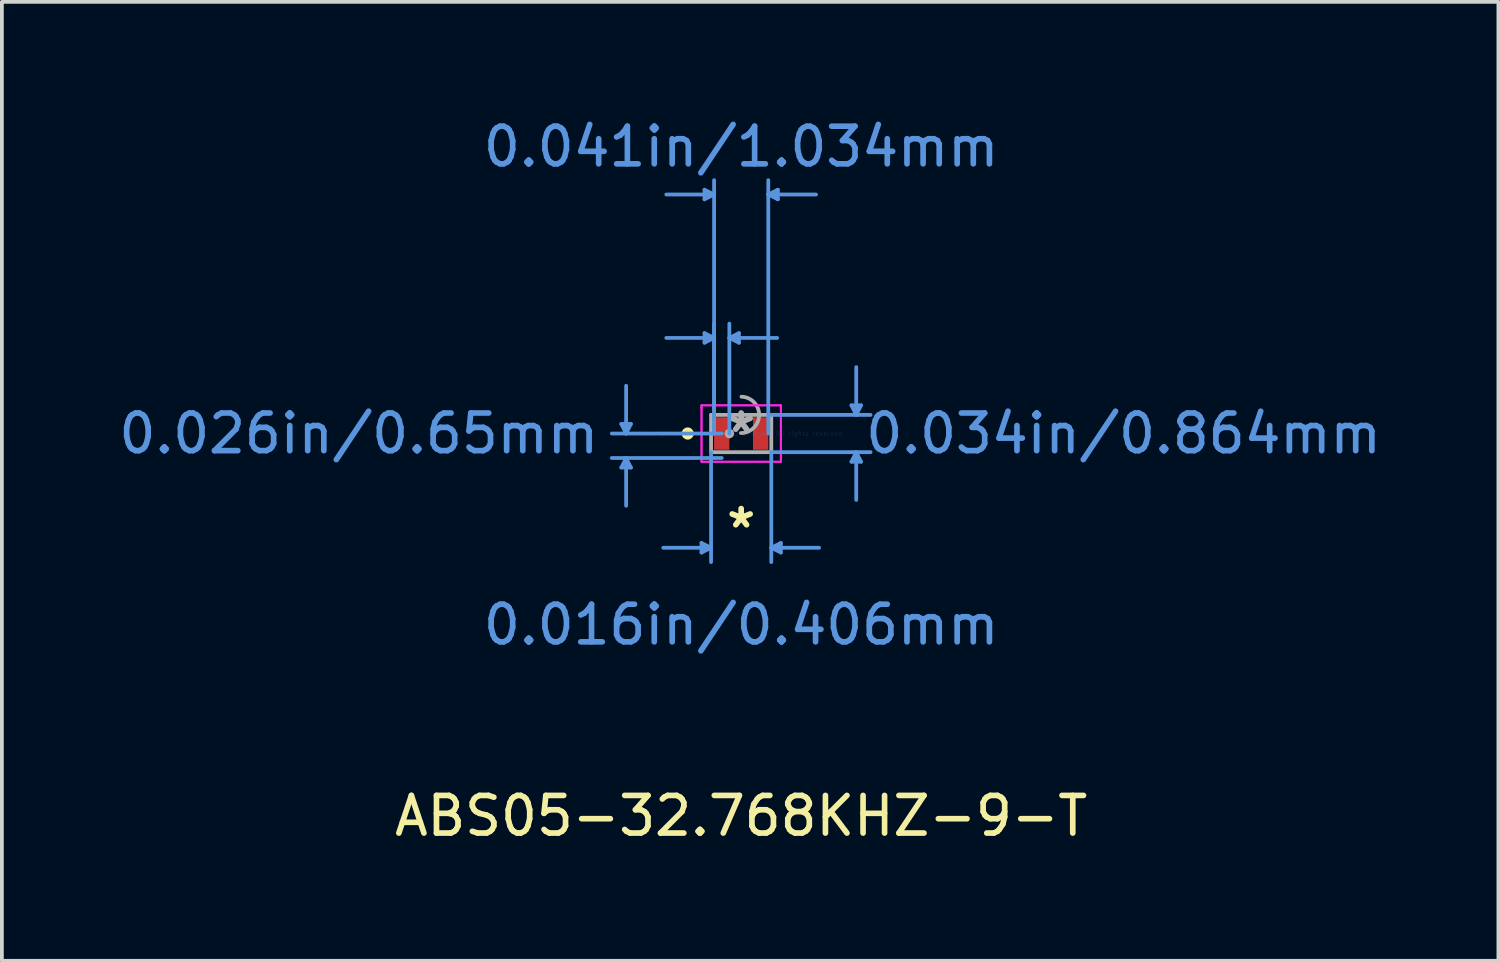
<source format=kicad_pcb>
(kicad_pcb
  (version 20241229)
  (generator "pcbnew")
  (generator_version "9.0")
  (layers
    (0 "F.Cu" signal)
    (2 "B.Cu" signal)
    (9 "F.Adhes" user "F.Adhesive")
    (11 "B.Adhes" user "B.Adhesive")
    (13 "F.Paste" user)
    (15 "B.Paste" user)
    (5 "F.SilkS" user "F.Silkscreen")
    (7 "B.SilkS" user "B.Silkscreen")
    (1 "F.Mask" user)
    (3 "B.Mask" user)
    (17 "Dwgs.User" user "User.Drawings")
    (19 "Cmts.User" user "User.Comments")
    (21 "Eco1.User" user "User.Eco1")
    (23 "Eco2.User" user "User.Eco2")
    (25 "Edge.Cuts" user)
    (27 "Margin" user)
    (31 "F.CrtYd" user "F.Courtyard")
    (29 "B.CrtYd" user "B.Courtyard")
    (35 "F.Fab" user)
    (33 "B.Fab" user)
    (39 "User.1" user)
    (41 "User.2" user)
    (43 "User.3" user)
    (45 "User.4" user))
  (footprint "ABS05-32.768KHZ-9-T"
    (layer "F.Cu")
    (at 16.642 8.468)
    (property "Reference" "ABS05-32.768KHZ-9-T" (at 0 10.16 0) (layer "F.SilkS") (effects (font (size 1 1) (thickness 0.15))))
    (attr through_hole)
    (fp_circle (center -1.421 0) (end -1.319 0) (stroke (width 0.12) (type solid)) (fill no) (layer "F.SilkS"))
    (fp_line (start -3.184 -0.254) (end -2.93 -0.254) (stroke (width 0.1) (type solid)) (layer "Cmts.User"))
    (fp_line (start -3.184 0.904) (end -2.93 0.904) (stroke (width 0.1) (type solid)) (layer "Cmts.User"))
    (fp_line (start -3.057 0) (end -3.184 -0.254) (stroke (width 0.1) (type solid)) (layer "Cmts.User"))
    (fp_line (start -3.057 0) (end -3.057 -1.27) (stroke (width 0.1) (type solid)) (layer "Cmts.User"))
    (fp_line (start -3.057 0) (end -2.93 -0.254) (stroke (width 0.1) (type solid)) (layer "Cmts.User"))
    (fp_line (start -3.057 0.65) (end -3.184 0.904) (stroke (width 0.1) (type solid)) (layer "Cmts.User"))
    (fp_line (start -3.057 0.65) (end -3.057 1.92) (stroke (width 0.1) (type solid)) (layer "Cmts.User"))
    (fp_line (start -3.057 0.65) (end -2.93 0.904) (stroke (width 0.1) (type solid)) (layer "Cmts.User"))
    (fp_line (start -1.054 2.908) (end -1.054 3.162) (stroke (width 0.1) (type solid)) (layer "Cmts.User"))
    (fp_line (start -0.974 -6.477) (end -0.974 -6.223) (stroke (width 0.1) (type solid)) (layer "Cmts.User"))
    (fp_line (start -0.974 -2.667) (end -0.974 -2.413) (stroke (width 0.1) (type solid)) (layer "Cmts.User"))
    (fp_line (start -0.8 0.495) (end -0.8 3.416) (stroke (width 0.1) (type solid)) (layer "Cmts.User"))
    (fp_line (start -0.8 3.035) (end -2.07 3.035) (stroke (width 0.1) (type solid)) (layer "Cmts.User"))
    (fp_line (start -0.8 3.035) (end -1.054 2.908) (stroke (width 0.1) (type solid)) (layer "Cmts.User"))
    (fp_line (start -0.8 3.035) (end -1.054 3.162) (stroke (width 0.1) (type solid)) (layer "Cmts.User"))
    (fp_line (start -0.72 -6.35) (end -1.99 -6.35) (stroke (width 0.1) (type solid)) (layer "Cmts.User"))
    (fp_line (start -0.72 -6.35) (end -0.974 -6.477) (stroke (width 0.1) (type solid)) (layer "Cmts.User"))
    (fp_line (start -0.72 -6.35) (end -0.974 -6.223) (stroke (width 0.1) (type solid)) (layer "Cmts.User"))
    (fp_line (start -0.72 -2.54) (end -1.99 -2.54) (stroke (width 0.1) (type solid)) (layer "Cmts.User"))
    (fp_line (start -0.72 -2.54) (end -0.974 -2.667) (stroke (width 0.1) (type solid)) (layer "Cmts.User"))
    (fp_line (start -0.72 -2.54) (end -0.974 -2.413) (stroke (width 0.1) (type solid)) (layer "Cmts.User"))
    (fp_line (start -0.72 0) (end -0.72 -6.731) (stroke (width 0.1) (type solid)) (layer "Cmts.User"))
    (fp_line (start -0.72 0) (end -0.72 -2.921) (stroke (width 0.1) (type solid)) (layer "Cmts.User"))
    (fp_line (start -0.517 0) (end -3.438 0) (stroke (width 0.1) (type solid)) (layer "Cmts.User"))
    (fp_line (start -0.517 0.65) (end -3.438 0.65) (stroke (width 0.1) (type solid)) (layer "Cmts.User"))
    (fp_line (start -0.314 -2.54) (end -0.06 -2.667) (stroke (width 0.1) (type solid)) (layer "Cmts.User"))
    (fp_line (start -0.314 -2.54) (end -0.06 -2.413) (stroke (width 0.1) (type solid)) (layer "Cmts.User"))
    (fp_line (start -0.314 -2.54) (end 0.956 -2.54) (stroke (width 0.1) (type solid)) (layer "Cmts.User"))
    (fp_line (start -0.314 0) (end -0.314 -2.921) (stroke (width 0.1) (type solid)) (layer "Cmts.User"))
    (fp_line (start -0.06 -2.667) (end -0.06 -2.413) (stroke (width 0.1) (type solid)) (layer "Cmts.User"))
    (fp_line (start 0.72 -6.35) (end 0.974 -6.477) (stroke (width 0.1) (type solid)) (layer "Cmts.User"))
    (fp_line (start 0.72 -6.35) (end 0.974 -6.223) (stroke (width 0.1) (type solid)) (layer "Cmts.User"))
    (fp_line (start 0.72 -6.35) (end 1.99 -6.35) (stroke (width 0.1) (type solid)) (layer "Cmts.User"))
    (fp_line (start 0.72 0) (end 0.72 -6.731) (stroke (width 0.1) (type solid)) (layer "Cmts.User"))
    (fp_line (start 0.8 -0.495) (end 3.438 -0.495) (stroke (width 0.1) (type solid)) (layer "Cmts.User"))
    (fp_line (start 0.8 0.495) (end 0.8 3.416) (stroke (width 0.1) (type solid)) (layer "Cmts.User"))
    (fp_line (start 0.8 0.495) (end 3.438 0.495) (stroke (width 0.1) (type solid)) (layer "Cmts.User"))
    (fp_line (start 0.8 3.035) (end 1.054 2.908) (stroke (width 0.1) (type solid)) (layer "Cmts.User"))
    (fp_line (start 0.8 3.035) (end 1.054 3.162) (stroke (width 0.1) (type solid)) (layer "Cmts.User"))
    (fp_line (start 0.8 3.035) (end 2.07 3.035) (stroke (width 0.1) (type solid)) (layer "Cmts.User"))
    (fp_line (start 0.974 -6.477) (end 0.974 -6.223) (stroke (width 0.1) (type solid)) (layer "Cmts.User"))
    (fp_line (start 1.054 2.908) (end 1.054 3.162) (stroke (width 0.1) (type solid)) (layer "Cmts.User"))
    (fp_line (start 2.93 -0.749) (end 3.184 -0.749) (stroke (width 0.1) (type solid)) (layer "Cmts.User"))
    (fp_line (start 2.93 0.749) (end 3.184 0.749) (stroke (width 0.1) (type solid)) (layer "Cmts.User"))
    (fp_line (start 3.057 -0.495) (end 2.93 -0.749) (stroke (width 0.1) (type solid)) (layer "Cmts.User"))
    (fp_line (start 3.057 -0.495) (end 3.057 -1.765) (stroke (width 0.1) (type solid)) (layer "Cmts.User"))
    (fp_line (start 3.057 -0.495) (end 3.184 -0.749) (stroke (width 0.1) (type solid)) (layer "Cmts.User"))
    (fp_line (start 3.057 0.495) (end 2.93 0.749) (stroke (width 0.1) (type solid)) (layer "Cmts.User"))
    (fp_line (start 3.057 0.495) (end 3.057 1.765) (stroke (width 0.1) (type solid)) (layer "Cmts.User"))
    (fp_line (start 3.057 0.495) (end 3.184 0.749) (stroke (width 0.1) (type solid)) (layer "Cmts.User"))
    (fp_line (start -1.054 -0.749) (end 1.054 -0.749) (stroke (width 0.05) (type solid)) (layer "F.CrtYd"))
    (fp_line (start -1.054 -0.749) (end 1.054 -0.749) (stroke (width 0.05) (type solid)) (layer "F.CrtYd"))
    (fp_line (start -1.054 -0.686) (end -1.054 -0.749) (stroke (width 0.05) (type solid)) (layer "F.CrtYd"))
    (fp_line (start -1.054 -0.686) (end -1.054 -0.749) (stroke (width 0.05) (type solid)) (layer "F.CrtYd"))
    (fp_line (start -1.054 -0.686) (end -1.054 -0.686) (stroke (width 0.05) (type solid)) (layer "F.CrtYd"))
    (fp_line (start -1.054 -0.686) (end -1.054 -0.686) (stroke (width 0.05) (type solid)) (layer "F.CrtYd"))
    (fp_line (start -1.054 0.686) (end -1.054 -0.686) (stroke (width 0.05) (type solid)) (layer "F.CrtYd"))
    (fp_line (start -1.054 0.686) (end -1.054 -0.686) (stroke (width 0.05) (type solid)) (layer "F.CrtYd"))
    (fp_line (start -1.054 0.686) (end -1.054 0.686) (stroke (width 0.05) (type solid)) (layer "F.CrtYd"))
    (fp_line (start -1.054 0.686) (end -1.054 0.686) (stroke (width 0.05) (type solid)) (layer "F.CrtYd"))
    (fp_line (start -1.054 0.749) (end -1.054 0.686) (stroke (width 0.05) (type solid)) (layer "F.CrtYd"))
    (fp_line (start -1.054 0.749) (end -1.054 0.686) (stroke (width 0.05) (type solid)) (layer "F.CrtYd"))
    (fp_line (start 1.054 -0.749) (end 1.054 -0.686) (stroke (width 0.05) (type solid)) (layer "F.CrtYd"))
    (fp_line (start 1.054 -0.749) (end 1.054 -0.686) (stroke (width 0.05) (type solid)) (layer "F.CrtYd"))
    (fp_line (start 1.054 -0.686) (end 1.054 -0.686) (stroke (width 0.05) (type solid)) (layer "F.CrtYd"))
    (fp_line (start 1.054 -0.686) (end 1.054 -0.686) (stroke (width 0.05) (type solid)) (layer "F.CrtYd"))
    (fp_line (start 1.054 -0.686) (end 1.054 0.686) (stroke (width 0.05) (type solid)) (layer "F.CrtYd"))
    (fp_line (start 1.054 -0.686) (end 1.054 0.686) (stroke (width 0.05) (type solid)) (layer "F.CrtYd"))
    (fp_line (start 1.054 0.686) (end 1.054 0.686) (stroke (width 0.05) (type solid)) (layer "F.CrtYd"))
    (fp_line (start 1.054 0.686) (end 1.054 0.686) (stroke (width 0.05) (type solid)) (layer "F.CrtYd"))
    (fp_line (start 1.054 0.686) (end 1.054 0.749) (stroke (width 0.05) (type solid)) (layer "F.CrtYd"))
    (fp_line (start 1.054 0.686) (end 1.054 0.749) (stroke (width 0.05) (type solid)) (layer "F.CrtYd"))
    (fp_line (start 1.054 0.749) (end -1.054 0.749) (stroke (width 0.05) (type solid)) (layer "F.CrtYd"))
    (fp_line (start 1.054 0.749) (end -1.054 0.749) (stroke (width 0.05) (type solid)) (layer "F.CrtYd"))
    (fp_line (start -0.8 -0.495) (end -0.8 0.495) (stroke (width 0.1) (type solid)) (layer "F.Fab"))
    (fp_line (start -0.8 0.495) (end 0.8 0.495) (stroke (width 0.1) (type solid)) (layer "F.Fab"))
    (fp_line (start 0.8 -0.495) (end -0.8 -0.495) (stroke (width 0.1) (type solid)) (layer "F.Fab"))
    (fp_line (start 0.8 0.495) (end 0.8 -0.495) (stroke (width 0.1) (type solid)) (layer "F.Fab"))
    (fp_arc (start 0.007742 -0.978019) (mid 0.482719 -0.487558) (end -0.007742 -0.012581) (stroke (width 0.1) (type solid)) (layer "F.Fab"))
    (fp_circle (center -0.314 0) (end -0.237 0) (stroke (width 0.1) (type solid)) (fill no) (layer "F.Fab"))
    (fp_text user "*" (at 0 2.54 0) (layer "F.SilkS") (effects (font (size 1 1) (thickness 0.15))))
    (fp_text user "0.034in/0.864mm" (at 10.16 0 0) (layer "Cmts.User") (effects (font (size 1 1) (thickness 0.15))))
    (fp_text user "0.026in/0.65mm" (at -10.16 0 0) (layer "Cmts.User") (effects (font (size 1 1) (thickness 0.15))))
    (fp_text user "0.016in/0.406mm" (at 0 5.08 0) (layer "Cmts.User") (effects (font (size 1 1) (thickness 0.15))))
    (fp_text user "Copyright 2021 Accelerated Designs. All rights reserved." (at 0 0 0) (layer "Cmts.User") (effects (font (size 0.127 0.127) (thickness 0.002))))
    (fp_text user "0.041in/1.034mm" (at 0 -7.62 0) (layer "Cmts.User") (effects (font (size 1 1) (thickness 0.15))))
    (fp_text user "*" (at 0 0 0) (layer "F.Fab") (effects (font (size 1 1) (thickness 0.15))))
    (pad "1" smd rect (at -0.517 0) (size 0.406 0.864) (layers "F.Cu" "F.Mask" "F.Paste"))
    (pad "2" smd rect (at 0.517 0) (size 0.406 0.864) (layers "F.Cu" "F.Mask" "F.Paste")))
  (gr_rect
    (start -3 -3)
    (end 36.76 22.477)
    (stroke (width 0.1) (type default))
    (fill no)
    (layer "Edge.Cuts")))
</source>
